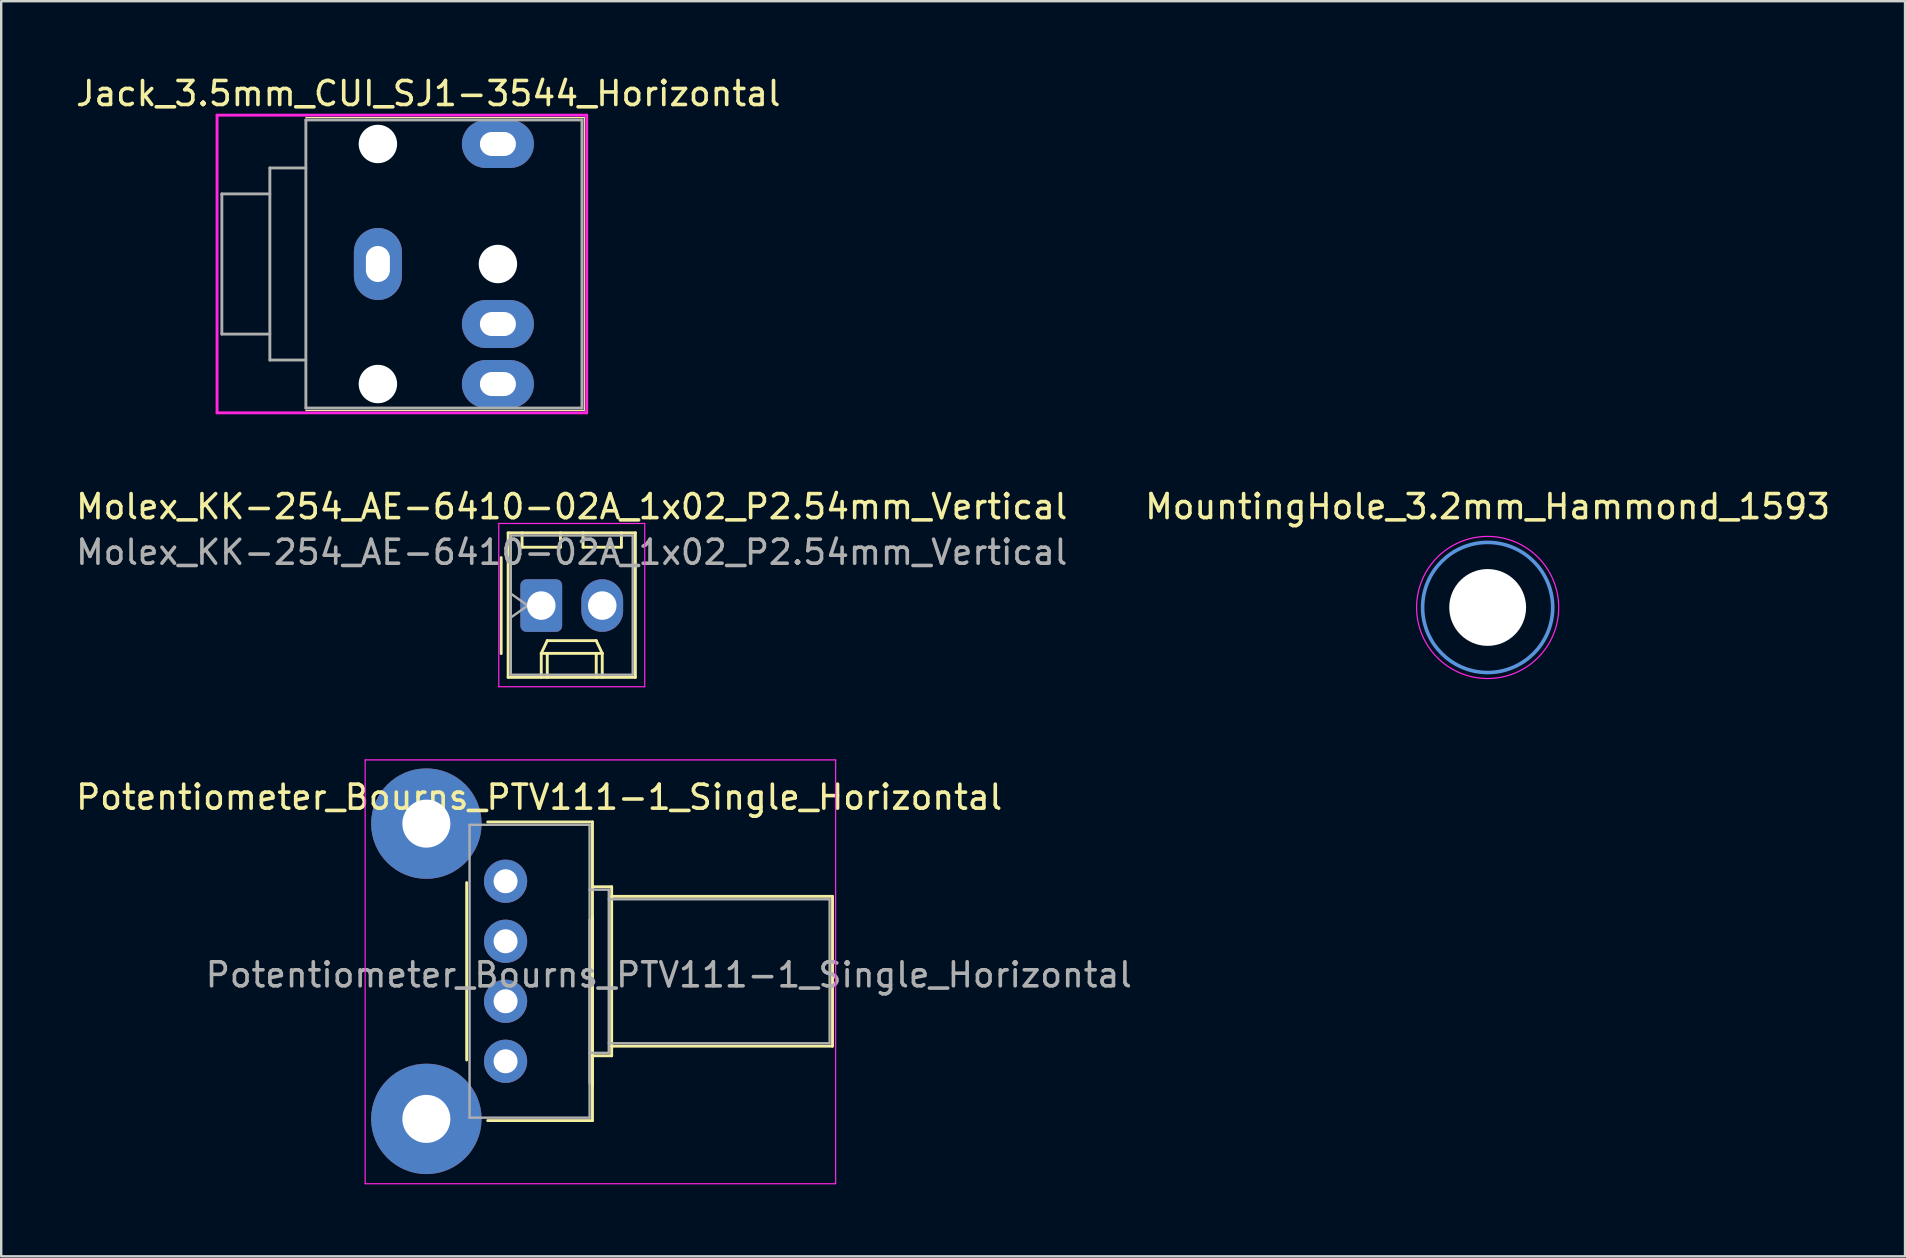
<source format=kicad_pcb>
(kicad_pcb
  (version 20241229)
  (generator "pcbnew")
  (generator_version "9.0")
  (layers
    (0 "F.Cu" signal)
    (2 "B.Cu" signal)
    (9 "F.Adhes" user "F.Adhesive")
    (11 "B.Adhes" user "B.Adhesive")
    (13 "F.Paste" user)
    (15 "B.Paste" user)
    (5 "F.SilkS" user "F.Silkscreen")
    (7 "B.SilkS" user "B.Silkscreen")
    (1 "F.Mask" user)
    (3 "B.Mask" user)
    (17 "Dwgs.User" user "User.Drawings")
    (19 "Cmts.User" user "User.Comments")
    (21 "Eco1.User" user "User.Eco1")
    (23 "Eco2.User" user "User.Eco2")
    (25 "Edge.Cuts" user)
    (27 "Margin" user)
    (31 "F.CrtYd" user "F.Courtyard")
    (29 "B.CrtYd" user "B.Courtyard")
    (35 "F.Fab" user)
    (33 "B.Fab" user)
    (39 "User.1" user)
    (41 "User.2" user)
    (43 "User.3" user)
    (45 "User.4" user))
  (footprint "Jack_3.5mm_CUI_SJ1-3544_Horizontal"
    (layer "F.Cu")
    (at 12.692 7.948)
    (property "Reference" "Jack_3.5mm_CUI_SJ1-3544_Horizontal" (at 2.1 -7.1 0) (layer "F.SilkS") (effects (font (size 1 1) (thickness 0.15))))
    (attr through_hole)
    (fp_line (start -3 -6.1) (end 8.6 -6.1) (stroke (width 0.05) (type solid)) (layer "F.SilkS"))
    (fp_line (start 8.6 -6.1) (end 8.6 6.1) (stroke (width 0.05) (type solid)) (layer "F.SilkS"))
    (fp_line (start 8.6 6.1) (end -3 6.1) (stroke (width 0.05) (type solid)) (layer "F.SilkS"))
    (fp_line (start -6.7 -6.2) (end 8.7 -6.2) (stroke (width 0.12) (type solid)) (layer "F.CrtYd"))
    (fp_line (start -6.7 6.2) (end -6.7 -6.2) (stroke (width 0.12) (type solid)) (layer "F.CrtYd"))
    (fp_line (start -6.7 6.2) (end 8.7 6.2) (stroke (width 0.12) (type solid)) (layer "F.CrtYd"))
    (fp_line (start 8.7 -6.2) (end 8.7 6.2) (stroke (width 0.12) (type solid)) (layer "F.CrtYd"))
    (fp_line (start -6.5 -2.92) (end -6.5 2.92) (stroke (width 0.12) (type solid)) (layer "F.Fab"))
    (fp_line (start -6.5 2.92) (end -4.5 2.92) (stroke (width 0.12) (type solid)) (layer "F.Fab"))
    (fp_line (start -4.5 -4) (end -4.5 4) (stroke (width 0.12) (type solid)) (layer "F.Fab"))
    (fp_line (start -4.5 -2.92) (end -6.5 -2.92) (stroke (width 0.12) (type solid)) (layer "F.Fab"))
    (fp_line (start -4.5 4) (end -3 4) (stroke (width 0.12) (type solid)) (layer "F.Fab"))
    (fp_line (start -3 -6) (end -3 6) (stroke (width 0.12) (type solid)) (layer "F.Fab"))
    (fp_line (start -3 -4) (end -4.5 -4) (stroke (width 0.12) (type solid)) (layer "F.Fab"))
    (fp_line (start -3 6) (end 8.5 6) (stroke (width 0.12) (type solid)) (layer "F.Fab"))
    (fp_line (start 8.5 -6) (end -3 -6) (stroke (width 0.12) (type solid)) (layer "F.Fab"))
    (fp_line (start 8.5 6) (end 8.5 -6) (stroke (width 0.12) (type solid)) (layer "F.Fab"))
    (pad "" np_thru_hole circle (at 0 -5) (size 1.6 1.6) (drill 1.6) (layers "*.Cu" "*.Mask"))
    (pad "" np_thru_hole circle (at 0 5) (size 1.6 1.6) (drill 1.6) (layers "*.Cu" "*.Mask"))
    (pad "" np_thru_hole circle (at 5 0) (size 1.6 1.6) (drill 1.6) (layers "*.Cu" "*.Mask"))
    (pad "R" thru_hole oval (at 5 -5) (size 3 2) (drill oval 1.5 1) (layers "*.Cu" "*.Mask"))
    (pad "S" thru_hole oval (at 0 0) (size 2 3) (drill oval 1 1.5) (layers "*.Cu" "*.Mask"))
    (pad "T" thru_hole oval (at 5 5) (size 3 2) (drill oval 1.5 1) (layers "*.Cu" "*.Mask"))
    (pad "TN" thru_hole oval (at 5 2.5) (size 3 2) (drill oval 1.5 1) (layers "*.Cu" "*.Mask")))
  (footprint "Potentiometer_Bourns_PTV111-1_Single_Horizontal"
    (layer "F.Cu")
    (at 18.011 41.161)
    (property "Reference" "Potentiometer_Bourns_PTV111-1_Single_Horizontal" (at 1.4 -11 0) (layer "F.SilkS") (effects (font (size 1 1) (thickness 0.15))))
    (attr through_hole)
    (fp_line (start -1.62 -7.444) (end -1.62 -0.055) (stroke (width 0.12) (type solid)) (layer "F.SilkS"))
    (fp_line (start -0.745 -9.97) (end 3.62 -9.97) (stroke (width 0.12) (type solid)) (layer "F.SilkS"))
    (fp_line (start -0.745 2.47) (end 3.62 2.47) (stroke (width 0.12) (type solid)) (layer "F.SilkS"))
    (fp_line (start 3.62 -9.97) (end 3.62 2.47) (stroke (width 0.12) (type solid)) (layer "F.SilkS"))
    (fp_line (start 3.62 -7.27) (end 4.42 -7.27) (stroke (width 0.12) (type solid)) (layer "F.SilkS"))
    (fp_line (start 3.62 -6.02) (end 3.62 1.02) (stroke (width 0.12) (type solid)) (layer "F.SilkS"))
    (fp_line (start 3.62 -0.23) (end 4.42 -0.23) (stroke (width 0.12) (type solid)) (layer "F.SilkS"))
    (fp_line (start 4.42 -7.27) (end 4.42 -0.23) (stroke (width 0.12) (type solid)) (layer "F.SilkS"))
    (fp_line (start 4.42 -6.87) (end 13.62 -6.87) (stroke (width 0.12) (type solid)) (layer "F.SilkS"))
    (fp_line (start 4.42 -0.63) (end 13.62 -0.63) (stroke (width 0.12) (type solid)) (layer "F.SilkS"))
    (fp_line (start 13.62 -6.87) (end 13.62 -0.63) (stroke (width 0.12) (type solid)) (layer "F.SilkS"))
    (fp_line (start -5.85 -12.55) (end -5.85 5.1) (stroke (width 0.05) (type solid)) (layer "F.CrtYd"))
    (fp_line (start -5.85 5.1) (end 13.75 5.1) (stroke (width 0.05) (type solid)) (layer "F.CrtYd"))
    (fp_line (start 13.75 -12.555) (end -5.85 -12.555) (stroke (width 0.05) (type solid)) (layer "F.CrtYd"))
    (fp_line (start 13.75 5.1) (end 13.75 -12.55) (stroke (width 0.05) (type solid)) (layer "F.CrtYd"))
    (fp_line (start -1.5 -9.85) (end -1.5 2.35) (stroke (width 0.1) (type solid)) (layer "F.Fab"))
    (fp_line (start -1.5 2.35) (end 3.5 2.35) (stroke (width 0.1) (type solid)) (layer "F.Fab"))
    (fp_line (start 3.5 -9.85) (end -1.5 -9.85) (stroke (width 0.1) (type solid)) (layer "F.Fab"))
    (fp_line (start 3.5 -5.9) (end 3.5 0.9) (stroke (width 0.1) (type solid)) (layer "F.Fab"))
    (fp_line (start 3.5 -0.35) (end 4.3 -0.35) (stroke (width 0.1) (type solid)) (layer "F.Fab"))
    (fp_line (start 3.5 2.35) (end 3.5 -9.85) (stroke (width 0.1) (type solid)) (layer "F.Fab"))
    (fp_line (start 4.3 -7.15) (end 3.5 -7.15) (stroke (width 0.1) (type solid)) (layer "F.Fab"))
    (fp_line (start 4.3 -0.75) (end 13.5 -0.75) (stroke (width 0.1) (type solid)) (layer "F.Fab"))
    (fp_line (start 4.3 -0.35) (end 4.3 -7.15) (stroke (width 0.1) (type solid)) (layer "F.Fab"))
    (fp_line (start 13.5 -6.75) (end 4.3 -6.75) (stroke (width 0.1) (type solid)) (layer "F.Fab"))
    (fp_line (start 13.5 -0.75) (end 13.5 -6.75) (stroke (width 0.1) (type solid)) (layer "F.Fab"))
    (fp_text user "${REFERENCE}" (at 6.8 -3.6 0) (layer "F.Fab") (effects (font (size 1 1) (thickness 0.15))))
    (pad "" thru_hole circle (at -3.3 -9.9) (size 4.6 4.6) (drill 2) (layers "*.Cu" "*.Mask"))
    (pad "" thru_hole circle (at -3.3 2.4) (size 4.6 4.6) (drill 2) (layers "*.Cu" "*.Mask"))
    (pad "" thru_hole circle (at 0 -7.5) (size 1.8 1.8) (drill 1) (layers "*.Cu" "*.Mask"))
    (pad "1" thru_hole circle (at 0 0) (size 1.8 1.8) (drill 1) (layers "*.Cu" "*.Mask"))
    (pad "2" thru_hole circle (at 0 -2.5) (size 1.8 1.8) (drill 1) (layers "*.Cu" "*.Mask"))
    (pad "3" thru_hole circle (at 0 -5) (size 1.8 1.8) (drill 1) (layers "*.Cu" "*.Mask")))
  (footprint "MountingHole_3.2mm_Hammond_1593"
    (layer "F.Cu")
    (at 58.923 22.256)
    (property "Reference" "MountingHole_3.2mm_Hammond_1593" (at 0 -4.2 0) (layer "F.SilkS") (effects (font (size 1 1) (thickness 0.15))))
    (attr through_hole)
    (fp_circle (center 0 0) (end 2.71 0) (stroke (width 0.15) (type solid)) (fill no) (layer "Cmts.User"))
    (fp_circle (center 0 0) (end 2.96 0) (stroke (width 0.05) (type solid)) (fill no) (layer "F.CrtYd"))
    (pad "" np_thru_hole circle (at 0 0) (size 3.2 3.2) (drill 3.2) (layers "*.Cu" "*.Mask")))
  (footprint "Molex_KK-254_AE-6410-02A_1x02_P2.54mm_Vertical"
    (layer "F.Cu")
    (at 19.498 22.177)
    (property "Reference" "Molex_KK-254_AE-6410-02A_1x02_P2.54mm_Vertical" (at 1.27 -4.12 0) (layer "F.SilkS") (effects (font (size 1 1) (thickness 0.15))))
    (attr through_hole)
    (fp_line (start -1.67 -2) (end -1.67 2) (stroke (width 0.12) (type solid)) (layer "F.SilkS"))
    (fp_line (start -1.38 -3.03) (end -1.38 2.99) (stroke (width 0.12) (type solid)) (layer "F.SilkS"))
    (fp_line (start -1.38 2.99) (end 3.92 2.99) (stroke (width 0.12) (type solid)) (layer "F.SilkS"))
    (fp_line (start -0.8 -3.03) (end -0.8 -2.43) (stroke (width 0.12) (type solid)) (layer "F.SilkS"))
    (fp_line (start -0.8 -2.43) (end 0.8 -2.43) (stroke (width 0.12) (type solid)) (layer "F.SilkS"))
    (fp_line (start 0 1.99) (end 0.25 1.46) (stroke (width 0.12) (type solid)) (layer "F.SilkS"))
    (fp_line (start 0 1.99) (end 2.54 1.99) (stroke (width 0.12) (type solid)) (layer "F.SilkS"))
    (fp_line (start 0 2.99) (end 0 1.99) (stroke (width 0.12) (type solid)) (layer "F.SilkS"))
    (fp_line (start 0.25 1.46) (end 2.29 1.46) (stroke (width 0.12) (type solid)) (layer "F.SilkS"))
    (fp_line (start 0.25 2.99) (end 0.25 1.99) (stroke (width 0.12) (type solid)) (layer "F.SilkS"))
    (fp_line (start 0.8 -2.43) (end 0.8 -3.03) (stroke (width 0.12) (type solid)) (layer "F.SilkS"))
    (fp_line (start 1.74 -3.03) (end 1.74 -2.43) (stroke (width 0.12) (type solid)) (layer "F.SilkS"))
    (fp_line (start 1.74 -2.43) (end 3.34 -2.43) (stroke (width 0.12) (type solid)) (layer "F.SilkS"))
    (fp_line (start 2.29 1.46) (end 2.54 1.99) (stroke (width 0.12) (type solid)) (layer "F.SilkS"))
    (fp_line (start 2.29 2.99) (end 2.29 1.99) (stroke (width 0.12) (type solid)) (layer "F.SilkS"))
    (fp_line (start 2.54 1.99) (end 2.54 2.99) (stroke (width 0.12) (type solid)) (layer "F.SilkS"))
    (fp_line (start 3.34 -2.43) (end 3.34 -3.03) (stroke (width 0.12) (type solid)) (layer "F.SilkS"))
    (fp_line (start 3.92 -3.03) (end -1.38 -3.03) (stroke (width 0.12) (type solid)) (layer "F.SilkS"))
    (fp_line (start 3.92 2.99) (end 3.92 -3.03) (stroke (width 0.12) (type solid)) (layer "F.SilkS"))
    (fp_line (start -1.77 -3.42) (end -1.77 3.38) (stroke (width 0.05) (type solid)) (layer "F.CrtYd"))
    (fp_line (start -1.77 3.38) (end 4.31 3.38) (stroke (width 0.05) (type solid)) (layer "F.CrtYd"))
    (fp_line (start 4.31 -3.42) (end -1.77 -3.42) (stroke (width 0.05) (type solid)) (layer "F.CrtYd"))
    (fp_line (start 4.31 3.38) (end 4.31 -3.42) (stroke (width 0.05) (type solid)) (layer "F.CrtYd"))
    (fp_line (start -1.27 -2.92) (end -1.27 2.88) (stroke (width 0.1) (type solid)) (layer "F.Fab"))
    (fp_line (start -1.27 -0.5) (end -0.563 0) (stroke (width 0.1) (type solid)) (layer "F.Fab"))
    (fp_line (start -1.27 2.88) (end 3.81 2.88) (stroke (width 0.1) (type solid)) (layer "F.Fab"))
    (fp_line (start -0.563 0) (end -1.27 0.5) (stroke (width 0.1) (type solid)) (layer "F.Fab"))
    (fp_line (start 3.81 -2.92) (end -1.27 -2.92) (stroke (width 0.1) (type solid)) (layer "F.Fab"))
    (fp_line (start 3.81 2.88) (end 3.81 -2.92) (stroke (width 0.1) (type solid)) (layer "F.Fab"))
    (fp_text user "${REFERENCE}" (at 1.27 -2.22 0) (layer "F.Fab") (effects (font (size 1 1) (thickness 0.15))))
    (pad "1" thru_hole roundrect (at 0 0) (size 1.74 2.19) (drill 1.19) (layers "*.Cu" "*.Mask") (roundrect_rratio 0.144))
    (pad "2" thru_hole oval (at 2.54 0) (size 1.74 2.19) (drill 1.19) (layers "*.Cu" "*.Mask")))
  (gr_rect
    (start -3 -3)
    (end 76.31 49.286)
    (stroke (width 0.1) (type default))
    (fill no)
    (layer "Edge.Cuts")))
</source>
